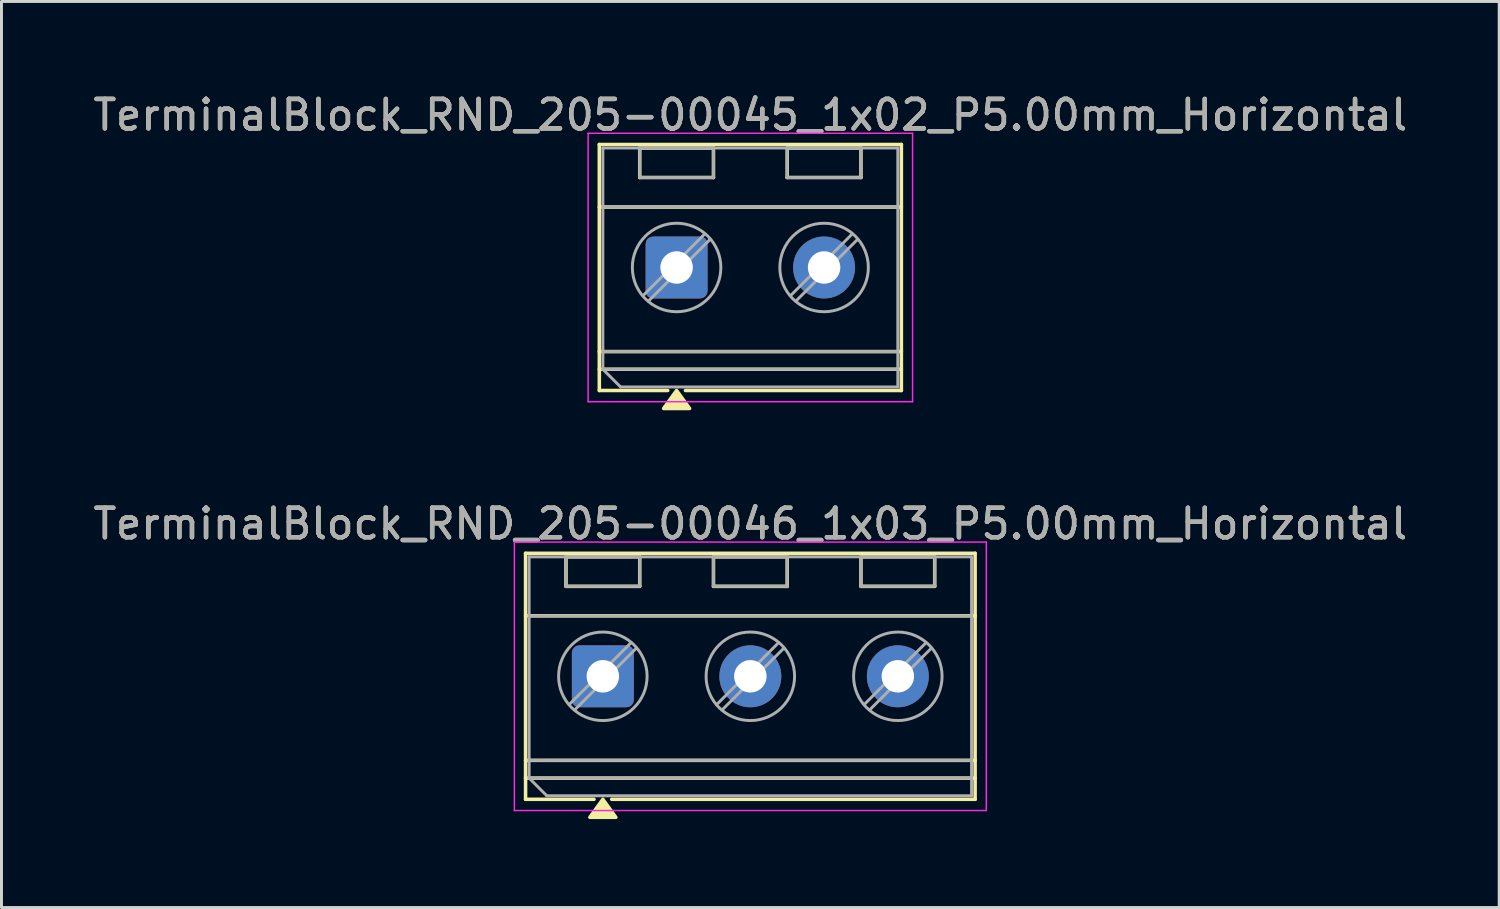
<source format=kicad_pcb>
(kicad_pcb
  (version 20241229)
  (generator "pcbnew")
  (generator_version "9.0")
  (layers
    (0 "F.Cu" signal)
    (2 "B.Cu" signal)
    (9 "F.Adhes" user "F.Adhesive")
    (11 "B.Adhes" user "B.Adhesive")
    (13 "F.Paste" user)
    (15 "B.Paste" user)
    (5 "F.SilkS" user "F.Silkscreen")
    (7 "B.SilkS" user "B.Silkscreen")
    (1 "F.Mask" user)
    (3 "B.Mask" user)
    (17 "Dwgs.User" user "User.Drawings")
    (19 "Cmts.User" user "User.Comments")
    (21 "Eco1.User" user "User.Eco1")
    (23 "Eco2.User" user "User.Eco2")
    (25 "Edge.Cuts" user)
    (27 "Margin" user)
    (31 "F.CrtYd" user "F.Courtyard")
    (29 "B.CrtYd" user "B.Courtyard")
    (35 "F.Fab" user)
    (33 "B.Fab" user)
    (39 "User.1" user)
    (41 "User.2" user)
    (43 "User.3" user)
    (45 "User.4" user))
  (footprint "TerminalBlock_RND_205-00045_1x02_P5.00mm_Horizontal"
    (layer "F.Cu")
    (at 19.887 6.018)
    (property "Reference" "TerminalBlock_RND_205-00045_1x02_P5.00mm_Horizontal" (at 2.5 -5.17 0) (layer "F.SilkS") (effects (font (size 1 1) (thickness 0.15))))
    (attr through_hole)
    (fp_line (start -2.62 -4.17) (end -2.62 4.17) (stroke (width 0.12) (type solid)) (layer "F.SilkS"))
    (fp_line (start -2.62 -4.17) (end 7.62 -4.17) (stroke (width 0.12) (type solid)) (layer "F.SilkS"))
    (fp_line (start -2.62 -2.05) (end 7.62 -2.05) (stroke (width 0.12) (type solid)) (layer "F.SilkS"))
    (fp_line (start -2.62 2.85) (end 7.62 2.85) (stroke (width 0.12) (type solid)) (layer "F.SilkS"))
    (fp_line (start -2.62 3.45) (end 7.62 3.45) (stroke (width 0.12) (type solid)) (layer "F.SilkS"))
    (fp_line (start -2.62 4.17) (end -0.3 4.17) (stroke (width 0.12) (type solid)) (layer "F.SilkS"))
    (fp_line (start -1.25 -4.05) (end -1.25 -3.05) (stroke (width 0.12) (type solid)) (layer "F.SilkS"))
    (fp_line (start -1.25 -4.05) (end 1.25 -4.05) (stroke (width 0.12) (type solid)) (layer "F.SilkS"))
    (fp_line (start -1.25 -3.05) (end 1.25 -3.05) (stroke (width 0.12) (type solid)) (layer "F.SilkS"))
    (fp_line (start 0.3 4.17) (end 7.62 4.17) (stroke (width 0.12) (type solid)) (layer "F.SilkS"))
    (fp_line (start 1.25 -4.05) (end 1.25 -3.05) (stroke (width 0.12) (type solid)) (layer "F.SilkS"))
    (fp_line (start 3.75 -4.05) (end 3.75 -3.05) (stroke (width 0.12) (type solid)) (layer "F.SilkS"))
    (fp_line (start 3.75 -4.05) (end 6.25 -4.05) (stroke (width 0.12) (type solid)) (layer "F.SilkS"))
    (fp_line (start 3.75 -3.05) (end 6.25 -3.05) (stroke (width 0.12) (type solid)) (layer "F.SilkS"))
    (fp_line (start 6.25 -4.05) (end 6.25 -3.05) (stroke (width 0.12) (type solid)) (layer "F.SilkS"))
    (fp_line (start 7.62 -4.17) (end 7.62 4.17) (stroke (width 0.12) (type solid)) (layer "F.SilkS"))
    (fp_poly (pts (xy 0 4.17) (xy 0.44 4.78) (xy -0.44 4.78)) (stroke (width 0.12) (type solid)) (fill yes) (layer "F.SilkS"))
    (fp_line (start -3 -4.55) (end -3 4.55) (stroke (width 0.05) (type solid)) (layer "F.CrtYd"))
    (fp_line (start -3 4.55) (end 8 4.55) (stroke (width 0.05) (type solid)) (layer "F.CrtYd"))
    (fp_line (start 8 -4.55) (end -3 -4.55) (stroke (width 0.05) (type solid)) (layer "F.CrtYd"))
    (fp_line (start 8 4.55) (end 8 -4.55) (stroke (width 0.05) (type solid)) (layer "F.CrtYd"))
    (fp_line (start -2.5 -4.05) (end 7.5 -4.05) (stroke (width 0.1) (type solid)) (layer "F.Fab"))
    (fp_line (start -2.5 -2.05) (end 7.5 -2.05) (stroke (width 0.1) (type solid)) (layer "F.Fab"))
    (fp_line (start -2.5 2.85) (end 7.5 2.85) (stroke (width 0.1) (type solid)) (layer "F.Fab"))
    (fp_line (start -2.5 3.45) (end -2.5 -4.05) (stroke (width 0.1) (type solid)) (layer "F.Fab"))
    (fp_line (start -2.5 3.45) (end 7.5 3.45) (stroke (width 0.1) (type solid)) (layer "F.Fab"))
    (fp_line (start -1.9 4.05) (end -2.5 3.45) (stroke (width 0.1) (type solid)) (layer "F.Fab"))
    (fp_line (start -1.25 -4.05) (end -1.25 -3.05) (stroke (width 0.1) (type solid)) (layer "F.Fab"))
    (fp_line (start -1.25 -3.05) (end 1.25 -3.05) (stroke (width 0.1) (type solid)) (layer "F.Fab"))
    (fp_line (start 0.955 -1.138) (end -1.138 0.955) (stroke (width 0.1) (type solid)) (layer "F.Fab"))
    (fp_line (start 1.138 -0.955) (end -0.955 1.138) (stroke (width 0.1) (type solid)) (layer "F.Fab"))
    (fp_line (start 1.25 -4.05) (end -1.25 -4.05) (stroke (width 0.1) (type solid)) (layer "F.Fab"))
    (fp_line (start 1.25 -3.05) (end 1.25 -4.05) (stroke (width 0.1) (type solid)) (layer "F.Fab"))
    (fp_line (start 3.75 -4.05) (end 3.75 -3.05) (stroke (width 0.1) (type solid)) (layer "F.Fab"))
    (fp_line (start 3.75 -3.05) (end 6.25 -3.05) (stroke (width 0.1) (type solid)) (layer "F.Fab"))
    (fp_line (start 5.955 -1.138) (end 3.862 0.955) (stroke (width 0.1) (type solid)) (layer "F.Fab"))
    (fp_line (start 6.138 -0.955) (end 4.045 1.138) (stroke (width 0.1) (type solid)) (layer "F.Fab"))
    (fp_line (start 6.25 -4.05) (end 3.75 -4.05) (stroke (width 0.1) (type solid)) (layer "F.Fab"))
    (fp_line (start 6.25 -3.05) (end 6.25 -4.05) (stroke (width 0.1) (type solid)) (layer "F.Fab"))
    (fp_line (start 7.5 -4.05) (end 7.5 4.05) (stroke (width 0.1) (type solid)) (layer "F.Fab"))
    (fp_line (start 7.5 4.05) (end -1.9 4.05) (stroke (width 0.1) (type solid)) (layer "F.Fab"))
    (fp_circle (center 0 0) (end 1.5 0) (stroke (width 0.1) (type solid)) (fill no) (layer "F.Fab"))
    (fp_circle (center 5 0) (end 6.5 0) (stroke (width 0.1) (type solid)) (fill no) (layer "F.Fab"))
    (fp_text user "${REFERENCE}" (at 2.5 -5.17 0) (layer "F.Fab") (effects (font (size 1 1) (thickness 0.15))))
    (pad "1" thru_hole roundrect (at 0 0) (size 2.1 2.1) (drill 1.1) (layers "*.Cu" "*.Mask") (roundrect_rratio 0.119))
    (pad "2" thru_hole circle (at 5 0) (size 2.1 2.1) (drill 1.1) (layers "*.Cu" "*.Mask")))
  (footprint "TerminalBlock_RND_205-00046_1x03_P5.00mm_Horizontal"
    (layer "F.Cu")
    (at 17.387 19.877)
    (property "Reference" "TerminalBlock_RND_205-00046_1x03_P5.00mm_Horizontal" (at 5 -5.17 0) (layer "F.SilkS") (effects (font (size 1 1) (thickness 0.15))))
    (attr through_hole)
    (fp_line (start -2.62 -4.17) (end -2.62 4.17) (stroke (width 0.12) (type solid)) (layer "F.SilkS"))
    (fp_line (start -2.62 -4.17) (end 12.62 -4.17) (stroke (width 0.12) (type solid)) (layer "F.SilkS"))
    (fp_line (start -2.62 -2.05) (end 12.62 -2.05) (stroke (width 0.12) (type solid)) (layer "F.SilkS"))
    (fp_line (start -2.62 2.85) (end 12.62 2.85) (stroke (width 0.12) (type solid)) (layer "F.SilkS"))
    (fp_line (start -2.62 3.45) (end 12.62 3.45) (stroke (width 0.12) (type solid)) (layer "F.SilkS"))
    (fp_line (start -2.62 4.17) (end -0.3 4.17) (stroke (width 0.12) (type solid)) (layer "F.SilkS"))
    (fp_line (start -1.25 -4.05) (end -1.25 -3.05) (stroke (width 0.12) (type solid)) (layer "F.SilkS"))
    (fp_line (start -1.25 -4.05) (end 1.25 -4.05) (stroke (width 0.12) (type solid)) (layer "F.SilkS"))
    (fp_line (start -1.25 -3.05) (end 1.25 -3.05) (stroke (width 0.12) (type solid)) (layer "F.SilkS"))
    (fp_line (start 0.3 4.17) (end 12.62 4.17) (stroke (width 0.12) (type solid)) (layer "F.SilkS"))
    (fp_line (start 1.25 -4.05) (end 1.25 -3.05) (stroke (width 0.12) (type solid)) (layer "F.SilkS"))
    (fp_line (start 3.75 -4.05) (end 3.75 -3.05) (stroke (width 0.12) (type solid)) (layer "F.SilkS"))
    (fp_line (start 3.75 -4.05) (end 6.25 -4.05) (stroke (width 0.12) (type solid)) (layer "F.SilkS"))
    (fp_line (start 3.75 -3.05) (end 6.25 -3.05) (stroke (width 0.12) (type solid)) (layer "F.SilkS"))
    (fp_line (start 6.25 -4.05) (end 6.25 -3.05) (stroke (width 0.12) (type solid)) (layer "F.SilkS"))
    (fp_line (start 8.75 -4.05) (end 8.75 -3.05) (stroke (width 0.12) (type solid)) (layer "F.SilkS"))
    (fp_line (start 8.75 -4.05) (end 11.25 -4.05) (stroke (width 0.12) (type solid)) (layer "F.SilkS"))
    (fp_line (start 8.75 -3.05) (end 11.25 -3.05) (stroke (width 0.12) (type solid)) (layer "F.SilkS"))
    (fp_line (start 11.25 -4.05) (end 11.25 -3.05) (stroke (width 0.12) (type solid)) (layer "F.SilkS"))
    (fp_line (start 12.62 -4.17) (end 12.62 4.17) (stroke (width 0.12) (type solid)) (layer "F.SilkS"))
    (fp_poly (pts (xy 0 4.17) (xy 0.44 4.78) (xy -0.44 4.78)) (stroke (width 0.12) (type solid)) (fill yes) (layer "F.SilkS"))
    (fp_line (start -3 -4.55) (end -3 4.55) (stroke (width 0.05) (type solid)) (layer "F.CrtYd"))
    (fp_line (start -3 4.55) (end 13 4.55) (stroke (width 0.05) (type solid)) (layer "F.CrtYd"))
    (fp_line (start 13 -4.55) (end -3 -4.55) (stroke (width 0.05) (type solid)) (layer "F.CrtYd"))
    (fp_line (start 13 4.55) (end 13 -4.55) (stroke (width 0.05) (type solid)) (layer "F.CrtYd"))
    (fp_line (start -2.5 -4.05) (end 12.5 -4.05) (stroke (width 0.1) (type solid)) (layer "F.Fab"))
    (fp_line (start -2.5 -2.05) (end 12.5 -2.05) (stroke (width 0.1) (type solid)) (layer "F.Fab"))
    (fp_line (start -2.5 2.85) (end 12.5 2.85) (stroke (width 0.1) (type solid)) (layer "F.Fab"))
    (fp_line (start -2.5 3.45) (end -2.5 -4.05) (stroke (width 0.1) (type solid)) (layer "F.Fab"))
    (fp_line (start -2.5 3.45) (end 12.5 3.45) (stroke (width 0.1) (type solid)) (layer "F.Fab"))
    (fp_line (start -1.9 4.05) (end -2.5 3.45) (stroke (width 0.1) (type solid)) (layer "F.Fab"))
    (fp_line (start -1.25 -4.05) (end -1.25 -3.05) (stroke (width 0.1) (type solid)) (layer "F.Fab"))
    (fp_line (start -1.25 -3.05) (end 1.25 -3.05) (stroke (width 0.1) (type solid)) (layer "F.Fab"))
    (fp_line (start 0.955 -1.138) (end -1.138 0.955) (stroke (width 0.1) (type solid)) (layer "F.Fab"))
    (fp_line (start 1.138 -0.955) (end -0.955 1.138) (stroke (width 0.1) (type solid)) (layer "F.Fab"))
    (fp_line (start 1.25 -4.05) (end -1.25 -4.05) (stroke (width 0.1) (type solid)) (layer "F.Fab"))
    (fp_line (start 1.25 -3.05) (end 1.25 -4.05) (stroke (width 0.1) (type solid)) (layer "F.Fab"))
    (fp_line (start 3.75 -4.05) (end 3.75 -3.05) (stroke (width 0.1) (type solid)) (layer "F.Fab"))
    (fp_line (start 3.75 -3.05) (end 6.25 -3.05) (stroke (width 0.1) (type solid)) (layer "F.Fab"))
    (fp_line (start 5.955 -1.138) (end 3.862 0.955) (stroke (width 0.1) (type solid)) (layer "F.Fab"))
    (fp_line (start 6.138 -0.955) (end 4.045 1.138) (stroke (width 0.1) (type solid)) (layer "F.Fab"))
    (fp_line (start 6.25 -4.05) (end 3.75 -4.05) (stroke (width 0.1) (type solid)) (layer "F.Fab"))
    (fp_line (start 6.25 -3.05) (end 6.25 -4.05) (stroke (width 0.1) (type solid)) (layer "F.Fab"))
    (fp_line (start 8.75 -4.05) (end 8.75 -3.05) (stroke (width 0.1) (type solid)) (layer "F.Fab"))
    (fp_line (start 8.75 -3.05) (end 11.25 -3.05) (stroke (width 0.1) (type solid)) (layer "F.Fab"))
    (fp_line (start 10.955 -1.138) (end 8.862 0.955) (stroke (width 0.1) (type solid)) (layer "F.Fab"))
    (fp_line (start 11.138 -0.955) (end 9.045 1.138) (stroke (width 0.1) (type solid)) (layer "F.Fab"))
    (fp_line (start 11.25 -4.05) (end 8.75 -4.05) (stroke (width 0.1) (type solid)) (layer "F.Fab"))
    (fp_line (start 11.25 -3.05) (end 11.25 -4.05) (stroke (width 0.1) (type solid)) (layer "F.Fab"))
    (fp_line (start 12.5 -4.05) (end 12.5 4.05) (stroke (width 0.1) (type solid)) (layer "F.Fab"))
    (fp_line (start 12.5 4.05) (end -1.9 4.05) (stroke (width 0.1) (type solid)) (layer "F.Fab"))
    (fp_circle (center 0 0) (end 1.5 0) (stroke (width 0.1) (type solid)) (fill no) (layer "F.Fab"))
    (fp_circle (center 5 0) (end 6.5 0) (stroke (width 0.1) (type solid)) (fill no) (layer "F.Fab"))
    (fp_circle (center 10 0) (end 11.5 0) (stroke (width 0.1) (type solid)) (fill no) (layer "F.Fab"))
    (fp_text user "${REFERENCE}" (at 5 -5.17 0) (layer "F.Fab") (effects (font (size 1 1) (thickness 0.15))))
    (pad "1" thru_hole roundrect (at 0 0) (size 2.1 2.1) (drill 1.1) (layers "*.Cu" "*.Mask") (roundrect_rratio 0.119))
    (pad "2" thru_hole circle (at 5 0) (size 2.1 2.1) (drill 1.1) (layers "*.Cu" "*.Mask"))
    (pad "3" thru_hole circle (at 10 0) (size 2.1 2.1) (drill 1.1) (layers "*.Cu" "*.Mask")))
  (gr_rect
    (start -3 -3)
    (end 47.774 27.716)
    (stroke (width 0.1) (type default))
    (fill no)
    (layer "Edge.Cuts")))
</source>
